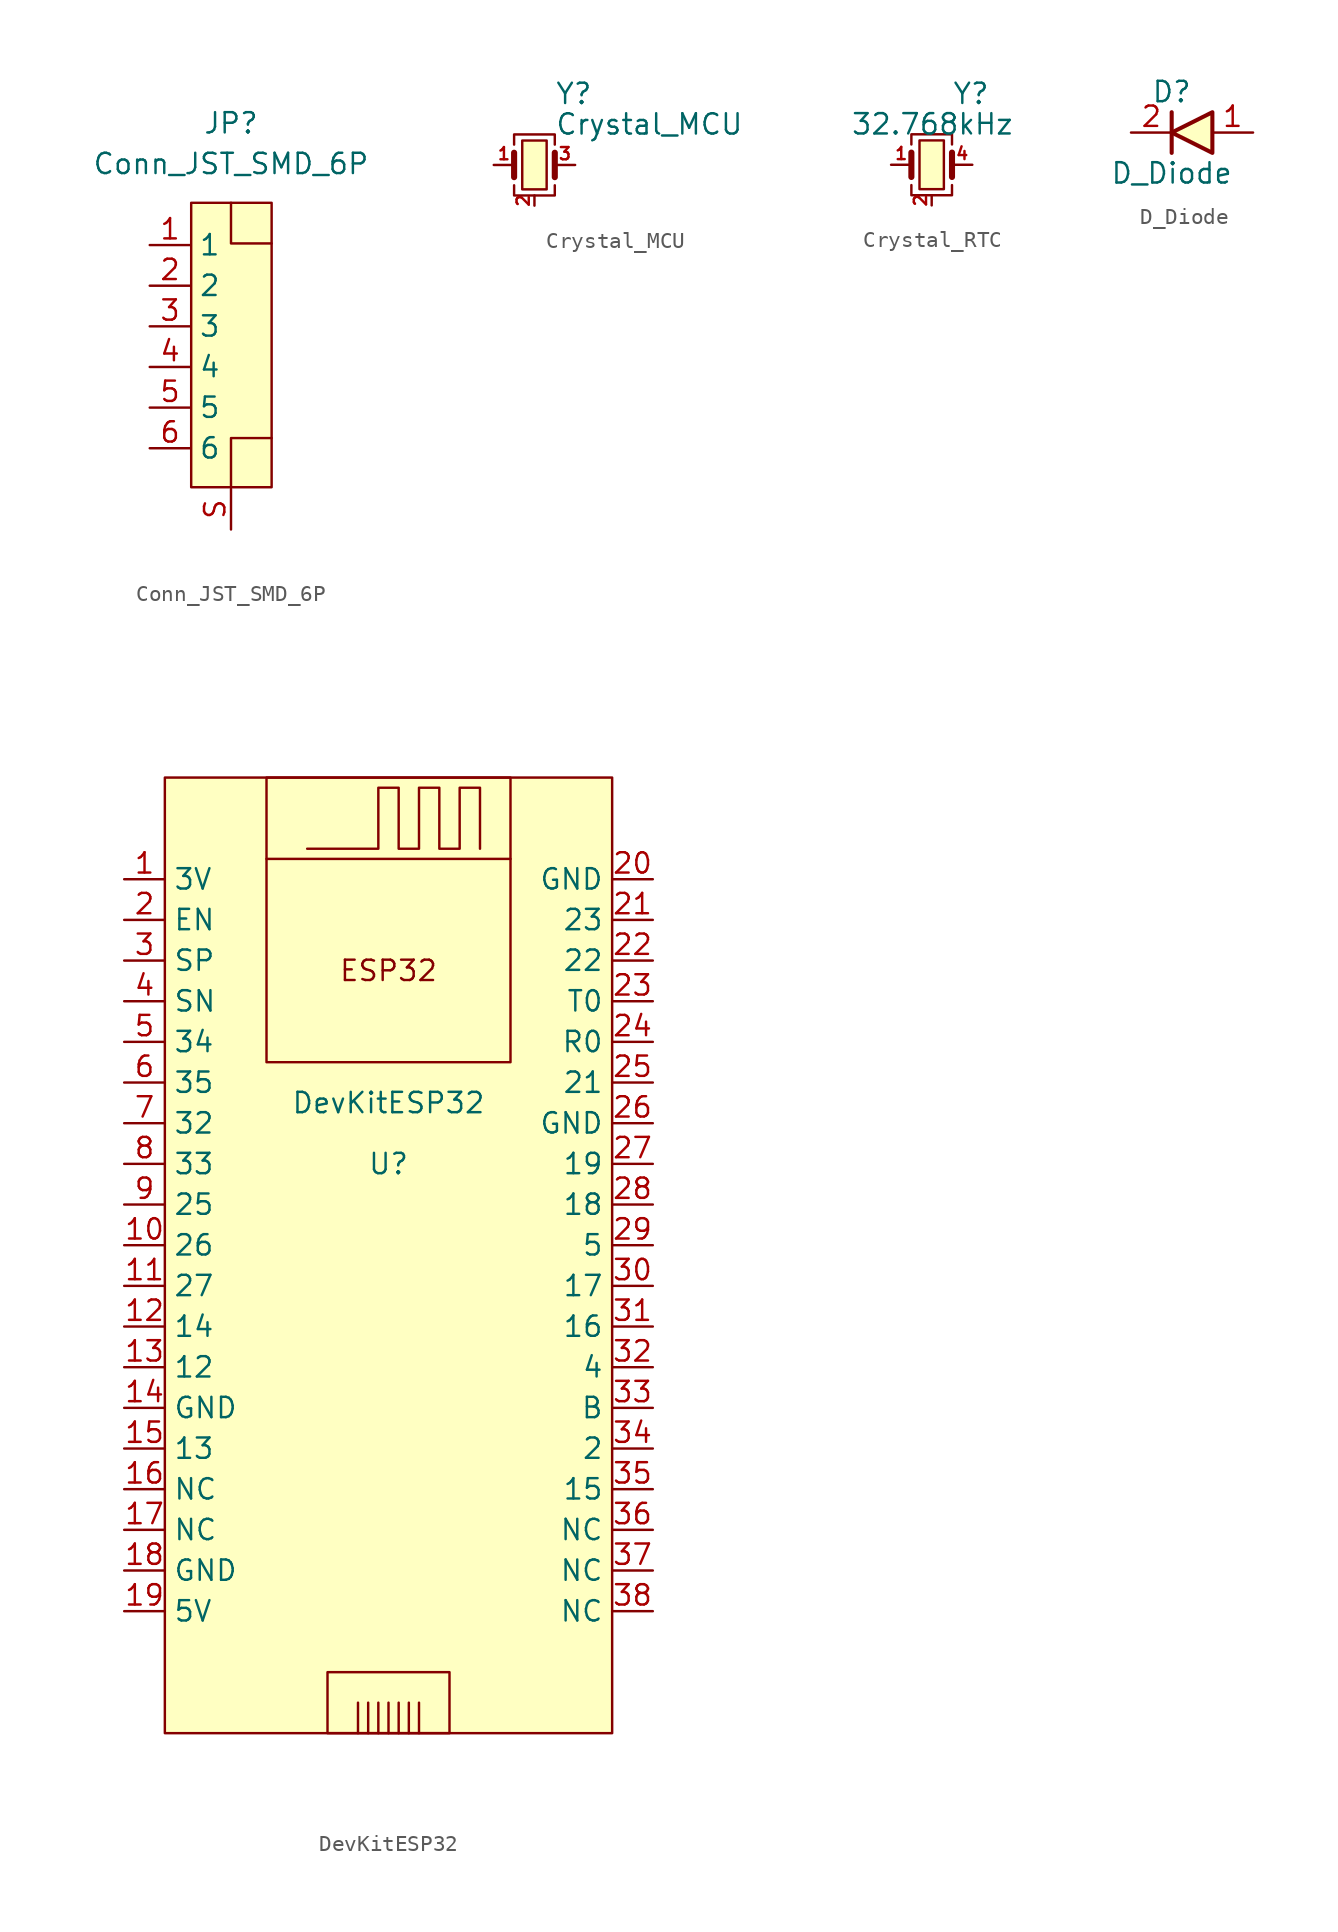
<source format=kicad_sym>
(kicad_symbol_lib
  (version 20220914)
  (generator kicad_symbol_editor)
  (symbol "Conn_JST_SMD_6P"
    (property "Reference" "JP"
      (at 0 12.7 0)
      (effects (font (size 1.27 1.27))))
    (property "Value" "Conn_JST_SMD_6P"
      (at 0 10.16 0)
      (effects (font (size 1.27 1.27))))
    (symbol "Conn_JST_SMD_6P_0_1"
      (rectangle (start -2.489 7.722) (end 2.54 -10.058) (stroke (width 0) (type default)) (fill (type background)))
      (polyline (pts (xy 0 7.722) (xy 0 5.182) (xy 2.54 5.182)) (stroke (width 0) (type default)) (fill (type none)))
      (polyline (pts (xy 2.54 -6.985) (xy 0 -6.985) (xy 0 -10.008)) (stroke (width 0) (type default)) (fill (type none))))
    (symbol "Conn_JST_SMD_6P_1_1"
      (pin passive line (at -5.08 5.08 0) (length 2.54) (name "1" (effects (font (size 1.27 1.27)))) (number "1" (effects (font (size 1.27 1.27)))))
      (pin passive line (at -5.08 2.54 0) (length 2.54) (name "2" (effects (font (size 1.27 1.27)))) (number "2" (effects (font (size 1.27 1.27)))))
      (pin passive line (at -5.08 0 0) (length 2.54) (name "3" (effects (font (size 1.27 1.27)))) (number "3" (effects (font (size 1.27 1.27)))))
      (pin passive line (at -5.08 -2.54 0) (length 2.54) (name "4" (effects (font (size 1.27 1.27)))) (number "4" (effects (font (size 1.27 1.27)))))
      (pin passive line (at -5.08 -5.08 0) (length 2.54) (name "5" (effects (font (size 1.27 1.27)))) (number "5" (effects (font (size 1.27 1.27)))))
      (pin passive line (at -5.08 -7.62 0) (length 2.54) (name "6" (effects (font (size 1.27 1.27)))) (number "6" (effects (font (size 1.27 1.27)))))
      (pin passive line (at 0 -12.7 90) (length 2.54) (name "" (effects (font (size 1.27 1.27)))) (number "S" (effects (font (size 1.27 1.27)))))))
  (symbol "Crystal_MCU"
    (pin_names
      (offset 1.016) hide)
    (property "Reference" "Y"
      (at 1.27 4.445 0)
      (effects (font (size 1.27 1.27)) (justify left)))
    (property "Value" "Crystal_MCU"
      (at 1.27 2.54 0)
      (effects (font (size 1.27 1.27)) (justify left)))
    (symbol "Crystal_MCU_0_1"
      (polyline (pts (xy -1.27 -0.762) (xy -1.27 0.762)) (stroke (width 0.381) (type default)) (fill (type none)))
      (polyline (pts (xy 1.27 -0.762) (xy 1.27 0.762)) (stroke (width 0.381) (type default)) (fill (type none)))
      (polyline (pts (xy -1.27 -1.27) (xy -1.27 -1.905) (xy 1.27 -1.905) (xy 1.27 -1.27)) (stroke (width 0) (type default)) (fill (type none)))
      (polyline (pts (xy -1.27 1.27) (xy -1.27 1.905) (xy 1.27 1.905) (xy 1.27 1.27)) (stroke (width 0) (type default)) (fill (type none))))
    (symbol "Crystal_MCU_1_1"
      (rectangle (start -0.762 1.524) (end 0.762 -1.524) (stroke (width 0) (type default)) (fill (type background)))
      (pin passive line (at -2.54 0 0) (length 1.27) (name "1" (effects (font (size 1.27 1.27)))) (number "1" (effects (font (size 0.762 0.762)))))
      (pin passive line (at 0 -2.54 90) (length 0.635) (name "2" (effects (font (size 1.27 1.27)))) (number "2" (effects (font (size 0.762 0.762)))))
      (pin passive line (at 2.54 0 180) (length 1.27) (name "3" (effects (font (size 1.27 1.27)))) (number "3" (effects (font (size 0.762 0.762)))))
      (pin passive line (at 0 -2.54 90) (length 0.635) hide (name "4" (effects (font (size 1.27 1.27)))) (number "4" (effects (font (size 0.762 0.762)))))))
  (symbol "Crystal_RTC"
    (pin_names
      (offset 1.016) hide)
    (property "Reference" "Y"
      (at 1.27 4.445 0)
      (effects (font (size 1.27 1.27)) (justify left)))
    (property "Value" "32.768kHz"
      (at -5.08 2.54 0)
      (effects (font (size 1.27 1.27)) (justify left)))
    (symbol "Crystal_RTC_0_1"
      (polyline (pts (xy -1.27 -0.762) (xy -1.27 0.762)) (stroke (width 0.381) (type default)) (fill (type none)))
      (polyline (pts (xy 1.27 -0.762) (xy 1.27 0.762)) (stroke (width 0.381) (type default)) (fill (type none)))
      (polyline (pts (xy -1.27 -1.27) (xy -1.27 -1.905) (xy 1.27 -1.905) (xy 1.27 -1.27)) (stroke (width 0) (type default)) (fill (type none)))
      (polyline (pts (xy -1.27 1.27) (xy -1.27 1.905) (xy 1.27 1.905) (xy 1.27 1.27)) (stroke (width 0) (type default)) (fill (type none))))
    (symbol "Crystal_RTC_1_1"
      (rectangle (start -0.762 1.524) (end 0.762 -1.524) (stroke (width 0) (type default)) (fill (type background)))
      (pin passive line (at -2.54 0 0) (length 1.27) (name "1" (effects (font (size 1.27 1.27)))) (number "1" (effects (font (size 0.762 0.762)))))
      (pin passive line (at 0 -2.54 90) (length 0.635) (name "2" (effects (font (size 1.27 1.27)))) (number "2" (effects (font (size 0.762 0.762)))))
      (pin passive line (at 0 -2.54 90) (length 0.635) hide (name "3" (effects (font (size 1.27 1.27)))) (number "3" (effects (font (size 0.762 0.762)))))
      (pin passive line (at 2.54 0 180) (length 1.27) (name "4" (effects (font (size 1.27 1.27)))) (number "4" (effects (font (size 0.762 0.762)))))))
  (symbol "D_Diode"
    (property "Reference" "D"
      (at 0 2.54 0)
      (effects (font (size 1.27 1.27))))
    (property "Value" "D_Diode"
      (at 0 -2.54 0)
      (effects (font (size 1.27 1.27))))
    (symbol "D_Diode_0_1"
      (polyline (pts (xy 0 1.27) (xy 0 -1.27)) (stroke (width 0.254) (type default)) (fill (type none)))
      (polyline (pts (xy 2.54 1.27) (xy 2.54 -1.27) (xy 0 0) (xy 2.54 1.27)) (stroke (width 0.254) (type default)) (fill (type background))))
    (symbol "D_Diode_1_1"
      (pin passive line (at 5.08 0 180) (length 2.54) (name "" (effects (font (size 1.27 1.27)))) (number "1" (effects (font (size 1.27 1.27)))))
      (pin passive line (at -2.54 0 0) (length 2.54) (name "" (effects (font (size 1.27 1.27)))) (number "2" (effects (font (size 1.27 1.27)))))))
  (symbol "DevKitESP32"
    (property "Reference" "U"
      (at 3.81 2.54 0)
      (effects (font (size 1.27 1.27))))
    (property "Value" "DevKitESP32"
      (at 3.81 6.35 0)
      (effects (font (size 1.27 1.27))))
    (symbol "DevKitESP32_0_0"
      (rectangle (start 0 -29.21) (end 7.62 -33.02) (stroke (width 0) (type default)) (fill (type none)))
      (polyline (pts (xy 1.905 -33.02) (xy 1.905 -31.115)) (stroke (width 0) (type default)) (fill (type none)))
      (polyline (pts (xy 2.54 -33.02) (xy 2.54 -31.115)) (stroke (width 0) (type default)) (fill (type none)))
      (polyline (pts (xy 3.175 -33.02) (xy 3.175 -31.115)) (stroke (width 0) (type default)) (fill (type none)))
      (polyline (pts (xy 3.81 -33.02) (xy 3.81 -31.115)) (stroke (width 0) (type default)) (fill (type none)))
      (polyline (pts (xy 4.445 -33.02) (xy 4.445 -31.115)) (stroke (width 0) (type default)) (fill (type none)))
      (polyline (pts (xy 5.08 -33.02) (xy 5.08 -31.115)) (stroke (width 0) (type default)) (fill (type none)))
      (polyline (pts (xy 5.715 -33.02) (xy 5.715 -31.115)) (stroke (width 0) (type default)) (fill (type none)))
      (text "ESP32" (at 3.81 14.605 0) (effects (font (size 1.27 1.27)))))
    (symbol "DevKitESP32_0_1"
      (rectangle (start -10.16 26.67) (end 17.78 -33.02) (stroke (width 0) (type default)) (fill (type background)))
      (rectangle (start -3.81 26.67) (end 11.43 8.89) (stroke (width 0) (type default)) (fill (type none)))
      (polyline (pts (xy 11.43 21.59) (xy -3.81 21.59)) (stroke (width 0) (type default)) (fill (type none)))
      (polyline (pts (xy 9.525 22.225) (xy 9.525 26.035) (xy 8.255 26.035) (xy 8.255 22.225) (xy 6.985 22.225) (xy 6.985 26.035) (xy 5.715 26.035) (xy 5.715 22.225) (xy 4.445 22.225) (xy 4.445 26.035) (xy 3.175 26.035) (xy 3.175 22.225) (xy -1.27 22.225)) (stroke (width 0) (type default)) (fill (type none))))
    (symbol "DevKitESP32_1_1"
      (pin input line (at -12.7 20.32 0) (length 2.54) (name "3V" (effects (font (size 1.27 1.27)))) (number "1" (effects (font (size 1.27 1.27)))))
      (pin input line (at -12.7 -2.54 0) (length 2.54) (name "26" (effects (font (size 1.27 1.27)))) (number "10" (effects (font (size 1.27 1.27)))))
      (pin input line (at -12.7 -5.08 0) (length 2.54) (name "27" (effects (font (size 1.27 1.27)))) (number "11" (effects (font (size 1.27 1.27)))))
      (pin input line (at -12.7 -7.62 0) (length 2.54) (name "14" (effects (font (size 1.27 1.27)))) (number "12" (effects (font (size 1.27 1.27)))))
      (pin input line (at -12.7 -10.16 0) (length 2.54) (name "12" (effects (font (size 1.27 1.27)))) (number "13" (effects (font (size 1.27 1.27)))))
      (pin input line (at -12.7 -12.7 0) (length 2.54) (name "GND" (effects (font (size 1.27 1.27)))) (number "14" (effects (font (size 1.27 1.27)))))
      (pin input line (at -12.7 -15.24 0) (length 2.54) (name "13" (effects (font (size 1.27 1.27)))) (number "15" (effects (font (size 1.27 1.27)))))
      (pin input line (at -12.7 -17.78 0) (length 2.54) (name "NC" (effects (font (size 1.27 1.27)))) (number "16" (effects (font (size 1.27 1.27)))))
      (pin input line (at -12.7 -20.32 0) (length 2.54) (name "NC" (effects (font (size 1.27 1.27)))) (number "17" (effects (font (size 1.27 1.27)))))
      (pin input line (at -12.7 -22.86 0) (length 2.54) (name "GND" (effects (font (size 1.27 1.27)))) (number "18" (effects (font (size 1.27 1.27)))))
      (pin input line (at -12.7 -25.4 0) (length 2.54) (name "5V" (effects (font (size 1.27 1.27)))) (number "19" (effects (font (size 1.27 1.27)))))
      (pin input line (at -12.7 17.78 0) (length 2.54) (name "EN" (effects (font (size 1.27 1.27)))) (number "2" (effects (font (size 1.27 1.27)))))
      (pin input line (at 20.32 20.32 180) (length 2.54) (name "GND" (effects (font (size 1.27 1.27)))) (number "20" (effects (font (size 1.27 1.27)))))
      (pin input line (at 20.32 17.78 180) (length 2.54) (name "23" (effects (font (size 1.27 1.27)))) (number "21" (effects (font (size 1.27 1.27)))))
      (pin input line (at 20.32 15.24 180) (length 2.54) (name "22" (effects (font (size 1.27 1.27)))) (number "22" (effects (font (size 1.27 1.27)))))
      (pin input line (at 20.32 12.7 180) (length 2.54) (name "T0" (effects (font (size 1.27 1.27)))) (number "23" (effects (font (size 1.27 1.27)))))
      (pin input line (at 20.32 10.16 180) (length 2.54) (name "R0" (effects (font (size 1.27 1.27)))) (number "24" (effects (font (size 1.27 1.27)))))
      (pin input line (at 20.32 7.62 180) (length 2.54) (name "21" (effects (font (size 1.27 1.27)))) (number "25" (effects (font (size 1.27 1.27)))))
      (pin input line (at 20.32 5.08 180) (length 2.54) (name "GND" (effects (font (size 1.27 1.27)))) (number "26" (effects (font (size 1.27 1.27)))))
      (pin input line (at 20.32 2.54 180) (length 2.54) (name "19" (effects (font (size 1.27 1.27)))) (number "27" (effects (font (size 1.27 1.27)))))
      (pin input line (at 20.32 0 180) (length 2.54) (name "18" (effects (font (size 1.27 1.27)))) (number "28" (effects (font (size 1.27 1.27)))))
      (pin input line (at 20.32 -2.54 180) (length 2.54) (name "5" (effects (font (size 1.27 1.27)))) (number "29" (effects (font (size 1.27 1.27)))))
      (pin input line (at -12.7 15.24 0) (length 2.54) (name "SP" (effects (font (size 1.27 1.27)))) (number "3" (effects (font (size 1.27 1.27)))))
      (pin input line (at 20.32 -5.08 180) (length 2.54) (name "17" (effects (font (size 1.27 1.27)))) (number "30" (effects (font (size 1.27 1.27)))))
      (pin input line (at 20.32 -7.62 180) (length 2.54) (name "16" (effects (font (size 1.27 1.27)))) (number "31" (effects (font (size 1.27 1.27)))))
      (pin input line (at 20.32 -10.16 180) (length 2.54) (name "4" (effects (font (size 1.27 1.27)))) (number "32" (effects (font (size 1.27 1.27)))))
      (pin input line (at 20.32 -12.7 180) (length 2.54) (name "B" (effects (font (size 1.27 1.27)))) (number "33" (effects (font (size 1.27 1.27)))))
      (pin input line (at 20.32 -15.24 180) (length 2.54) (name "2" (effects (font (size 1.27 1.27)))) (number "34" (effects (font (size 1.27 1.27)))))
      (pin input line (at 20.32 -17.78 180) (length 2.54) (name "15" (effects (font (size 1.27 1.27)))) (number "35" (effects (font (size 1.27 1.27)))))
      (pin input line (at 20.32 -20.32 180) (length 2.54) (name "NC" (effects (font (size 1.27 1.27)))) (number "36" (effects (font (size 1.27 1.27)))))
      (pin input line (at 20.32 -22.86 180) (length 2.54) (name "NC" (effects (font (size 1.27 1.27)))) (number "37" (effects (font (size 1.27 1.27)))))
      (pin input line (at 20.32 -25.4 180) (length 2.54) (name "NC" (effects (font (size 1.27 1.27)))) (number "38" (effects (font (size 1.27 1.27)))))
      (pin input line (at -12.7 12.7 0) (length 2.54) (name "SN" (effects (font (size 1.27 1.27)))) (number "4" (effects (font (size 1.27 1.27)))))
      (pin input line (at -12.7 10.16 0) (length 2.54) (name "34" (effects (font (size 1.27 1.27)))) (number "5" (effects (font (size 1.27 1.27)))))
      (pin input line (at -12.7 7.62 0) (length 2.54) (name "35" (effects (font (size 1.27 1.27)))) (number "6" (effects (font (size 1.27 1.27)))))
      (pin input line (at -12.7 5.08 0) (length 2.54) (name "32" (effects (font (size 1.27 1.27)))) (number "7" (effects (font (size 1.27 1.27)))))
      (pin input line (at -12.7 2.54 0) (length 2.54) (name "33" (effects (font (size 1.27 1.27)))) (number "8" (effects (font (size 1.27 1.27)))))
      (pin input line (at -12.7 0 0) (length 2.54) (name "25" (effects (font (size 1.27 1.27)))) (number "9" (effects (font (size 1.27 1.27))))))))
</source>
